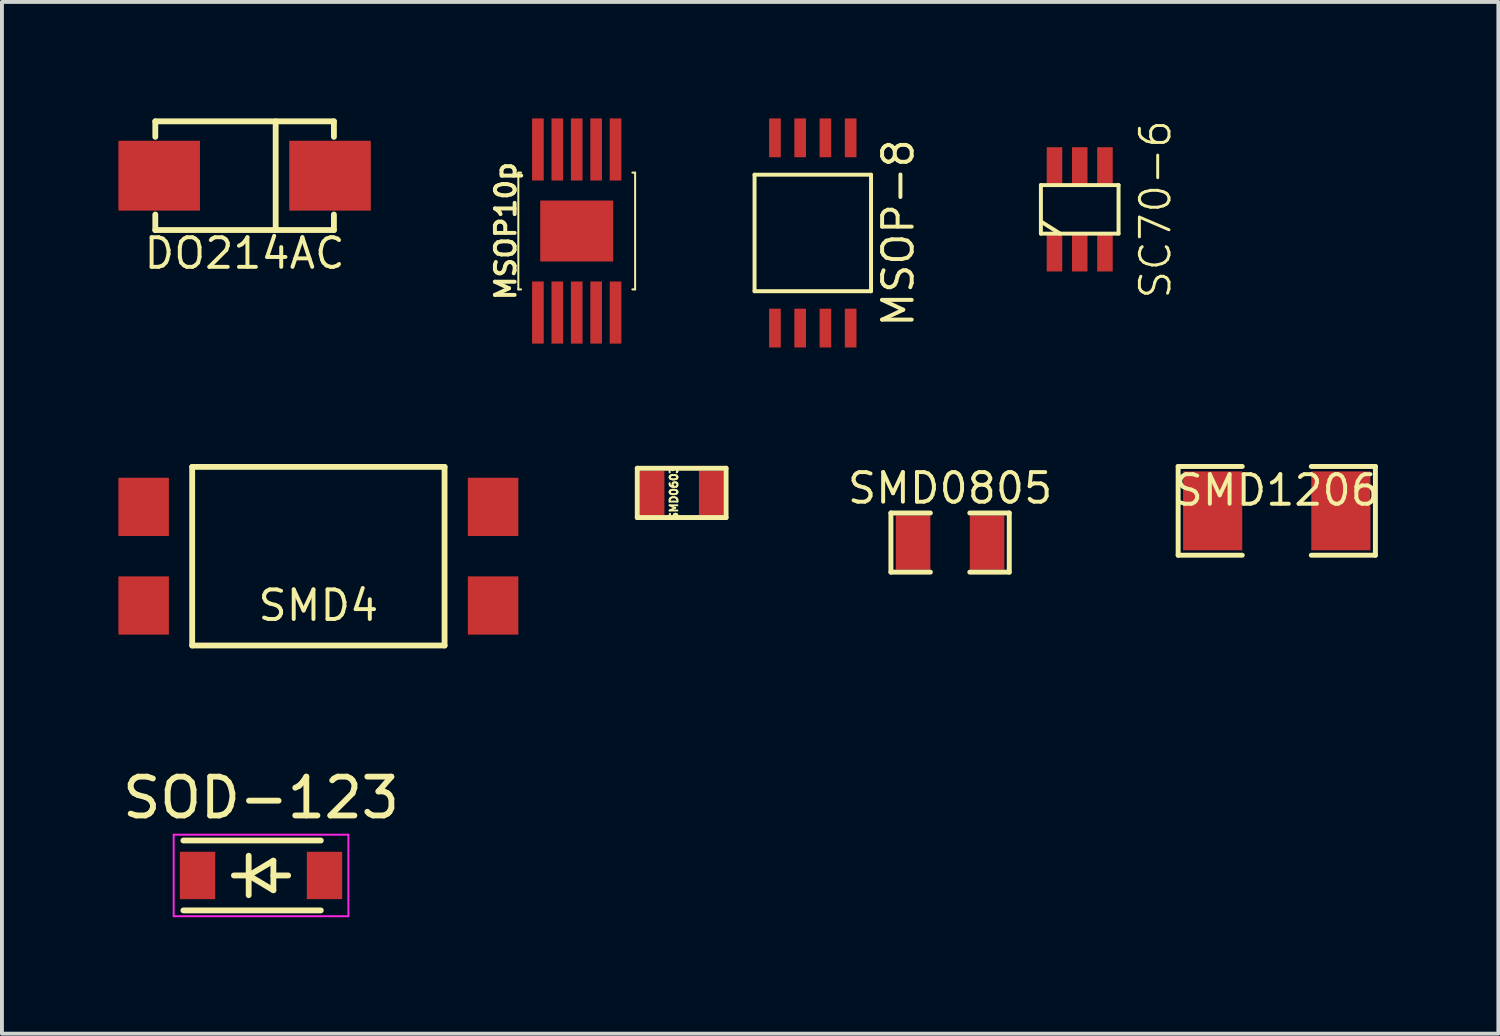
<source format=kicad_pcb>
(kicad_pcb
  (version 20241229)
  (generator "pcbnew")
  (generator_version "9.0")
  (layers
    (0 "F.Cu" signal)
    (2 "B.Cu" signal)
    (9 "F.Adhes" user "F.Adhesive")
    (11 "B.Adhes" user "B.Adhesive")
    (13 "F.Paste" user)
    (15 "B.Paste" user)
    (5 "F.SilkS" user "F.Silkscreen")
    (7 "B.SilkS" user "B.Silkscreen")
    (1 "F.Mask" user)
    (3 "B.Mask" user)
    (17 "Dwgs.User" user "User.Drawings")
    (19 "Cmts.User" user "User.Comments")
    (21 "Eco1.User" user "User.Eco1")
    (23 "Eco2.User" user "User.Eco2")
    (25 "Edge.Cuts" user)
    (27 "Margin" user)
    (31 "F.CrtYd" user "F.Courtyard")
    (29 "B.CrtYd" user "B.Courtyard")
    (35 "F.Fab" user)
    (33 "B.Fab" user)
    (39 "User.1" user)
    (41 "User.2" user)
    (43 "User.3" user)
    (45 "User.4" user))
  (footprint "DO214AC"
    (layer "F.Cu")
    (at 3.25 1.475)
    (property "Reference" "DO214AC" (at 0 2 0) (layer "F.SilkS") (effects (font (size 0.762 0.762) (thickness 0.102))))
    (attr through_hole)
    (fp_line (start -2.3 -1.4) (end -2.3 -1) (stroke (width 0.15) (type solid)) (layer "F.SilkS"))
    (fp_line (start -2.3 1) (end -2.3 1.4) (stroke (width 0.15) (type solid)) (layer "F.SilkS"))
    (fp_line (start -2.3 1.4) (end 2.3 1.4) (stroke (width 0.15) (type solid)) (layer "F.SilkS"))
    (fp_line (start 0.8 -1.4) (end 0.8 1.4) (stroke (width 0.15) (type solid)) (layer "F.SilkS"))
    (fp_line (start 2.3 -1.4) (end -2.3 -1.4) (stroke (width 0.15) (type solid)) (layer "F.SilkS"))
    (fp_line (start 2.3 -1.4) (end 2.3 -1) (stroke (width 0.15) (type solid)) (layer "F.SilkS"))
    (fp_line (start 2.3 1.4) (end 2.3 1) (stroke (width 0.15) (type solid)) (layer "F.SilkS"))
    (pad "1" smd rect (at -2.2 0) (size 2.1 1.8) (layers "F.Cu" "F.Mask" "F.Paste"))
    (pad "2" smd rect (at 2.2 0) (size 2.1 1.8) (layers "F.Cu" "F.Mask" "F.Paste")))
  (footprint "SC70-6"
    (layer "F.Cu")
    (at 24.759 2.342)
    (property "Reference" "SC70-6" (at 1.95 0 90) (layer "F.SilkS") (effects (font (size 0.762 0.762) (thickness 0.076))))
    (attr through_hole)
    (fp_line (start -1 -0.625) (end 1 -0.625) (stroke (width 0.102) (type solid)) (layer "F.SilkS"))
    (fp_line (start -1 0.625) (end -1 -0.625) (stroke (width 0.102) (type solid)) (layer "F.SilkS"))
    (fp_line (start -0.508 0.625) (end -1 0.312) (stroke (width 0.102) (type solid)) (layer "F.SilkS"))
    (fp_line (start 1 -0.625) (end 1 0.625) (stroke (width 0.102) (type solid)) (layer "F.SilkS"))
    (fp_line (start 1 0.625) (end -1 0.625) (stroke (width 0.102) (type solid)) (layer "F.SilkS"))
    (pad "1" smd rect (at -0.65 1.1) (size 0.4 1) (layers "F.Cu" "F.Mask" "F.Paste"))
    (pad "2" smd rect (at 0 1.1) (size 0.4 1) (layers "F.Cu" "F.Mask" "F.Paste"))
    (pad "3" smd rect (at 0.65 1.1) (size 0.4 1) (layers "F.Cu" "F.Mask" "F.Paste"))
    (pad "4" smd rect (at 0.65 -1.1) (size 0.4 1) (layers "F.Cu" "F.Mask" "F.Paste"))
    (pad "5" smd rect (at 0 -1.1) (size 0.4 1) (layers "F.Cu" "F.Mask" "F.Paste"))
    (pad "6" smd rect (at -0.65 -1.1) (size 0.4 1) (layers "F.Cu" "F.Mask" "F.Paste")))
  (footprint "SMD0805"
    (layer "F.Cu")
    (at 21.42 10.924)
    (property "Reference" "SMD0805" (at 0 -1.4 0) (layer "F.SilkS") (effects (font (size 0.762 0.762) (thickness 0.102))))
    (attr smd)
    (fp_line (start -1.524 -0.762) (end -0.508 -0.762) (stroke (width 0.127) (type solid)) (layer "F.SilkS"))
    (fp_line (start -1.524 0.762) (end -1.524 -0.762) (stroke (width 0.127) (type solid)) (layer "F.SilkS"))
    (fp_line (start -0.508 0.762) (end -1.524 0.762) (stroke (width 0.127) (type solid)) (layer "F.SilkS"))
    (fp_line (start 0.508 -0.762) (end 1.524 -0.762) (stroke (width 0.127) (type solid)) (layer "F.SilkS"))
    (fp_line (start 1.524 -0.762) (end 1.524 0.762) (stroke (width 0.127) (type solid)) (layer "F.SilkS"))
    (fp_line (start 1.524 0.762) (end 0.508 0.762) (stroke (width 0.127) (type solid)) (layer "F.SilkS"))
    (pad "1" smd rect (at -0.953 0) (size 0.889 1.397) (layers "F.Cu" "F.Mask" "F.Paste"))
    (pad "2" smd rect (at 0.953 0) (size 0.889 1.397) (layers "F.Cu" "F.Mask" "F.Paste")))
  (footprint "SMD1206"
    (layer "F.Cu")
    (at 29.834 10.107)
    (property "Reference" "SMD1206" (at 0 -0.53 0) (layer "F.SilkS") (effects (font (size 0.762 0.762) (thickness 0.102))))
    (attr smd)
    (fp_line (start -2.54 -1.143) (end -2.54 1.143) (stroke (width 0.127) (type solid)) (layer "F.SilkS"))
    (fp_line (start -2.54 1.143) (end -0.889 1.143) (stroke (width 0.127) (type solid)) (layer "F.SilkS"))
    (fp_line (start -0.889 -1.143) (end -2.54 -1.143) (stroke (width 0.127) (type solid)) (layer "F.SilkS"))
    (fp_line (start 0.889 -1.143) (end 2.54 -1.143) (stroke (width 0.127) (type solid)) (layer "F.SilkS"))
    (fp_line (start 2.54 -1.143) (end 2.54 1.143) (stroke (width 0.127) (type solid)) (layer "F.SilkS"))
    (fp_line (start 2.54 1.143) (end 0.889 1.143) (stroke (width 0.127) (type solid)) (layer "F.SilkS"))
    (pad "1" smd rect (at -1.651 0) (size 1.524 2.032) (layers "F.Cu" "F.Mask" "F.Paste"))
    (pad "2" smd rect (at 1.651 0) (size 1.524 2.032) (layers "F.Cu" "F.Mask" "F.Paste")))
  (footprint "MSOP10p"
    (layer "F.Cu")
    (at 11.804 2.9)
    (property "Reference" "MSOP10p" (at -1.829 0 90) (layer "F.SilkS") (effects (font (size 0.508 0.508) (thickness 0.102))))
    (attr through_hole)
    (fp_line (start -1.504 -1.504) (end -1.504 1.504) (stroke (width 0.051) (type solid)) (layer "F.SilkS"))
    (fp_line (start -1.504 -1.504) (end -1.433 -1.504) (stroke (width 0.051) (type solid)) (layer "F.SilkS"))
    (fp_line (start -1.504 1.504) (end -1.433 1.504) (stroke (width 0.051) (type solid)) (layer "F.SilkS"))
    (fp_line (start 1.504 -1.504) (end 1.433 -1.504) (stroke (width 0.051) (type solid)) (layer "F.SilkS"))
    (fp_line (start 1.504 -1.504) (end 1.504 1.504) (stroke (width 0.051) (type solid)) (layer "F.SilkS"))
    (fp_line (start 1.504 1.504) (end 1.433 1.504) (stroke (width 0.051) (type solid)) (layer "F.SilkS"))
    (pad "1" smd rect (at -1 2.1) (size 0.3 1.6) (layers "F.Cu" "F.Mask" "F.Paste"))
    (pad "2" smd rect (at -0.5 2.1) (size 0.3 1.6) (layers "F.Cu" "F.Mask" "F.Paste"))
    (pad "3" smd rect (at 0 2.1) (size 0.3 1.6) (layers "F.Cu" "F.Mask" "F.Paste"))
    (pad "4" smd rect (at 0.5 2.1) (size 0.3 1.6) (layers "F.Cu" "F.Mask" "F.Paste"))
    (pad "5" smd rect (at 1 2.1) (size 0.3 1.6) (layers "F.Cu" "F.Mask" "F.Paste"))
    (pad "6" smd rect (at 1 -2.1) (size 0.3 1.6) (layers "F.Cu" "F.Mask" "F.Paste"))
    (pad "7" smd rect (at 0.5 -2.1) (size 0.3 1.6) (layers "F.Cu" "F.Mask" "F.Paste"))
    (pad "8" smd rect (at 0 -2.1) (size 0.3 1.6) (layers "F.Cu" "F.Mask" "F.Paste"))
    (pad "9" smd rect (at -0.5 -2.1) (size 0.3 1.6) (layers "F.Cu" "F.Mask" "F.Paste"))
    (pad "10" smd rect (at -1 -2.1) (size 0.3 1.6) (layers "F.Cu" "F.Mask" "F.Paste"))
    (pad "PAD" smd rect (at 0 0) (size 1.88 1.57) (layers "F.Cu" "F.Mask" "F.Paste")))
  (footprint "SMD4"
    (layer "F.Cu")
    (at 5.15 11.275)
    (property "Reference" "SMD4" (at 0 1.27 0) (layer "F.SilkS") (effects (font (size 0.762 0.762) (thickness 0.102))))
    (attr through_hole)
    (fp_line (start -3.25 -2.3) (end 3.25 -2.3) (stroke (width 0.15) (type solid)) (layer "F.SilkS"))
    (fp_line (start -3.25 2.3) (end -3.25 -2.3) (stroke (width 0.15) (type solid)) (layer "F.SilkS"))
    (fp_line (start 3.25 -2.3) (end 3.25 2.3) (stroke (width 0.15) (type solid)) (layer "F.SilkS"))
    (fp_line (start 3.25 2.3) (end -3.25 2.3) (stroke (width 0.15) (type solid)) (layer "F.SilkS"))
    (pad "1" smd rect (at -4.5 -1.27 90) (size 1.5 1.3) (layers "F.Cu" "F.Mask" "F.Paste"))
    (pad "2" smd rect (at -4.5 1.27 90) (size 1.5 1.3) (layers "F.Cu" "F.Mask" "F.Paste"))
    (pad "3" smd rect (at 4.5 1.27 90) (size 1.5 1.3) (layers "F.Cu" "F.Mask" "F.Paste"))
    (pad "4" smd rect (at 4.5 -1.27 90) (size 1.5 1.3) (layers "F.Cu" "F.Mask" "F.Paste")))
  (footprint "SOD-123"
    (layer "F.Cu")
    (at 3.673 19.498)
    (property "Reference" "SOD-123" (at 0 -2 0) (layer "F.SilkS") (effects (font (size 1 1) (thickness 0.15))))
    (attr smd)
    (fp_line (start -2 -0.9) (end 1.54 -0.9) (stroke (width 0.15) (type solid)) (layer "F.SilkS"))
    (fp_line (start -2 0.9) (end 1.54 0.9) (stroke (width 0.15) (type solid)) (layer "F.SilkS"))
    (fp_line (start -0.699 0) (end -0.318 0) (stroke (width 0.15) (type solid)) (layer "F.SilkS"))
    (fp_line (start -0.318 -0.508) (end -0.318 0.508) (stroke (width 0.15) (type solid)) (layer "F.SilkS"))
    (fp_line (start -0.318 0) (end 0.318 -0.381) (stroke (width 0.15) (type solid)) (layer "F.SilkS"))
    (fp_line (start 0.318 -0.381) (end 0.318 0.381) (stroke (width 0.15) (type solid)) (layer "F.SilkS"))
    (fp_line (start 0.318 0) (end 0.699 0) (stroke (width 0.15) (type solid)) (layer "F.SilkS"))
    (fp_line (start 0.318 0.381) (end -0.318 0) (stroke (width 0.15) (type solid)) (layer "F.SilkS"))
    (fp_line (start -2.25 -1.05) (end -2.25 1.05) (stroke (width 0.05) (type solid)) (layer "F.CrtYd"))
    (fp_line (start -2.25 -1.05) (end 2.25 -1.05) (stroke (width 0.05) (type solid)) (layer "F.CrtYd"))
    (fp_line (start 2.25 -1.05) (end 2.25 1.05) (stroke (width 0.05) (type solid)) (layer "F.CrtYd"))
    (fp_line (start 2.25 1.05) (end -2.25 1.05) (stroke (width 0.05) (type solid)) (layer "F.CrtYd"))
    (pad "1" smd rect (at 1.635 0) (size 0.91 1.22) (layers "F.Cu" "F.Mask" "F.Paste"))
    (pad "2" smd rect (at -1.635 0) (size 0.91 1.22) (layers "F.Cu" "F.Mask" "F.Paste")))
  (footprint "SMD0603"
    (layer "F.Cu")
    (at 14.507 9.645)
    (property "Reference" "SMD0603" (at -0.2 0 90) (layer "F.SilkS") (effects (font (size 0.2 0.2) (thickness 0.05))))
    (attr smd)
    (fp_line (start -1.143 -0.635) (end 1.143 -0.635) (stroke (width 0.127) (type solid)) (layer "F.SilkS"))
    (fp_line (start -1.143 0.635) (end -1.143 -0.635) (stroke (width 0.127) (type solid)) (layer "F.SilkS"))
    (fp_line (start 1.143 -0.635) (end 1.143 0.635) (stroke (width 0.127) (type solid)) (layer "F.SilkS"))
    (fp_line (start 1.143 0.635) (end -1.143 0.635) (stroke (width 0.127) (type solid)) (layer "F.SilkS"))
    (pad "1" smd rect (at -0.762 0) (size 0.635 1.143) (layers "F.Cu" "F.Mask" "F.Paste"))
    (pad "2" smd rect (at 0.762 0) (size 0.635 1.143) (layers "F.Cu" "F.Mask" "F.Paste")))
  (footprint "MSOP-8"
    (layer "F.Cu")
    (at 17.884 2.95)
    (property "Reference" "MSOP-8" (at 2.2 0 90) (layer "F.SilkS") (effects (font (size 0.762 0.762) (thickness 0.102))))
    (attr through_hole)
    (fp_line (start -1.5 -1.5) (end 1.5 -1.5) (stroke (width 0.102) (type solid)) (layer "F.SilkS"))
    (fp_line (start -1.5 1.5) (end -1.5 -1.5) (stroke (width 0.102) (type solid)) (layer "F.SilkS"))
    (fp_line (start 1.5 -1.5) (end 1.5 1.5) (stroke (width 0.102) (type solid)) (layer "F.SilkS"))
    (fp_line (start 1.5 1.5) (end -1.5 1.5) (stroke (width 0.102) (type solid)) (layer "F.SilkS"))
    (pad "1" smd rect (at -0.975 2.45) (size 0.3 1) (layers "F.Cu" "F.Mask" "F.Paste"))
    (pad "2" smd rect (at -0.325 2.45) (size 0.3 1) (layers "F.Cu" "F.Mask" "F.Paste"))
    (pad "3" smd rect (at 0.325 2.45) (size 0.3 1) (layers "F.Cu" "F.Mask" "F.Paste"))
    (pad "4" smd rect (at 0.975 2.45) (size 0.3 1) (layers "F.Cu" "F.Mask" "F.Paste"))
    (pad "5" smd rect (at 0.975 -2.45) (size 0.3 1) (layers "F.Cu" "F.Mask" "F.Paste"))
    (pad "6" smd rect (at 0.325 -2.45) (size 0.3 1) (layers "F.Cu" "F.Mask" "F.Paste"))
    (pad "7" smd rect (at -0.325 -2.45) (size 0.3 1) (layers "F.Cu" "F.Mask" "F.Paste"))
    (pad "8" smd rect (at -0.975 -2.45) (size 0.3 1) (layers "F.Cu" "F.Mask" "F.Paste")))
  (gr_rect
    (start -3 -3)
    (end 35.541 23.573)
    (stroke (width 0.1) (type default))
    (fill no)
    (layer "Edge.Cuts")))
</source>
